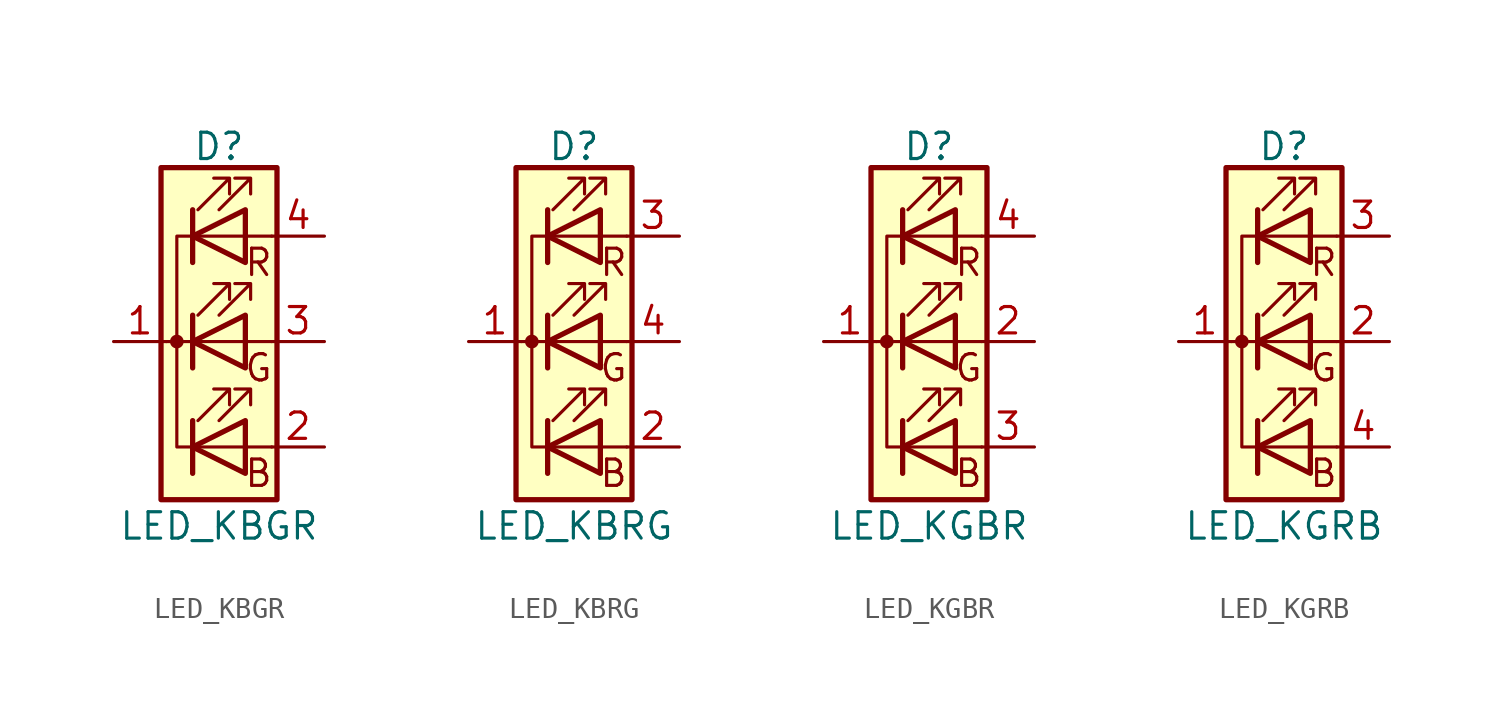
<source format=kicad_sym>
(kicad_symbol_lib
  (version 20241209)
  (generator "kicad_symbol_editor")
  (generator_version "9.0")
  (symbol "LED_KBGR"
    (pin_names
      (offset 0)
      (hide yes))
    (property "Reference" "D"
      (at 0 9.398 0)
      (effects (font (size 1.27 1.27))))
    (property "Value" "LED_KBGR"
      (at 0 -8.89 0)
      (effects (font (size 1.27 1.27))))
    (symbol "LED_KBGR_0_0"
      (text "R" (at 1.905 3.81 0) (effects (font (size 1.27 1.27))))
      (text "G" (at 1.905 -1.27 0) (effects (font (size 1.27 1.27))))
      (text "B" (at 1.905 -6.35 0) (effects (font (size 1.27 1.27)))))
    (symbol "LED_KBGR_0_1"
      (circle (center -2.032 0) (radius 0.254) (stroke (width 0) (type default)) (fill (type outline)))
      (polyline (pts (xy -1.27 6.35) (xy -1.27 3.81)) (stroke (width 0.254) (type default)) (fill (type none)))
      (polyline (pts (xy -1.27 6.35) (xy -1.27 3.81) (xy -1.27 3.81)) (stroke (width 0) (type default)) (fill (type none)))
      (polyline (pts (xy -1.27 5.08) (xy 1.27 5.08)) (stroke (width 0) (type default)) (fill (type none)))
      (polyline (pts (xy -1.27 5.08) (xy -2.032 5.08) (xy -2.032 -5.08) (xy -1.016 -5.08)) (stroke (width 0) (type default)) (fill (type none)))
      (polyline (pts (xy -1.27 1.27) (xy -1.27 -1.27)) (stroke (width 0.254) (type default)) (fill (type none)))
      (polyline (pts (xy -1.27 1.27) (xy -1.27 -1.27) (xy -1.27 -1.27)) (stroke (width 0) (type default)) (fill (type none)))
      (polyline (pts (xy -1.27 0) (xy -2.54 0)) (stroke (width 0) (type default)) (fill (type none)))
      (polyline (pts (xy -1.27 -3.81) (xy -1.27 -6.35)) (stroke (width 0.254) (type default)) (fill (type none)))
      (polyline (pts (xy -1.27 -5.08) (xy 1.27 -5.08)) (stroke (width 0) (type default)) (fill (type none)))
      (polyline (pts (xy -1.016 6.35) (xy 0.508 7.874) (xy -0.254 7.874) (xy 0.508 7.874) (xy 0.508 7.112)) (stroke (width 0) (type default)) (fill (type none)))
      (polyline (pts (xy -1.016 1.27) (xy 0.508 2.794) (xy -0.254 2.794) (xy 0.508 2.794) (xy 0.508 2.032)) (stroke (width 0) (type default)) (fill (type none)))
      (polyline (pts (xy -1.016 -3.81) (xy 0.508 -2.286) (xy -0.254 -2.286) (xy 0.508 -2.286) (xy 0.508 -3.048)) (stroke (width 0) (type default)) (fill (type none)))
      (polyline (pts (xy 0 6.35) (xy 1.524 7.874) (xy 0.762 7.874) (xy 1.524 7.874) (xy 1.524 7.112)) (stroke (width 0) (type default)) (fill (type none)))
      (polyline (pts (xy 0 1.27) (xy 1.524 2.794) (xy 0.762 2.794) (xy 1.524 2.794) (xy 1.524 2.032)) (stroke (width 0) (type default)) (fill (type none)))
      (polyline (pts (xy 0 -3.81) (xy 1.524 -2.286) (xy 0.762 -2.286) (xy 1.524 -2.286) (xy 1.524 -3.048)) (stroke (width 0) (type default)) (fill (type none)))
      (polyline (pts (xy 1.27 6.35) (xy 1.27 3.81) (xy -1.27 5.08) (xy 1.27 6.35)) (stroke (width 0.254) (type default)) (fill (type none)))
      (rectangle (start 1.27 6.35) (end 1.27 6.35) (stroke (width 0) (type default)) (fill (type none)))
      (polyline (pts (xy 1.27 5.08) (xy 2.54 5.08)) (stroke (width 0) (type default)) (fill (type none)))
      (rectangle (start 1.27 3.81) (end 1.27 6.35) (stroke (width 0) (type default)) (fill (type none)))
      (polyline (pts (xy 1.27 1.27) (xy 1.27 -1.27) (xy -1.27 0) (xy 1.27 1.27)) (stroke (width 0.254) (type default)) (fill (type none)))
      (rectangle (start 1.27 1.27) (end 1.27 1.27) (stroke (width 0) (type default)) (fill (type none)))
      (polyline (pts (xy 1.27 0) (xy -1.27 0)) (stroke (width 0) (type default)) (fill (type none)))
      (polyline (pts (xy 1.27 0) (xy 2.54 0)) (stroke (width 0) (type default)) (fill (type none)))
      (rectangle (start 1.27 -1.27) (end 1.27 1.27) (stroke (width 0) (type default)) (fill (type none)))
      (polyline (pts (xy 1.27 -3.81) (xy 1.27 -6.35) (xy -1.27 -5.08) (xy 1.27 -3.81)) (stroke (width 0.254) (type default)) (fill (type none)))
      (polyline (pts (xy 1.27 -5.08) (xy 2.54 -5.08)) (stroke (width 0) (type default)) (fill (type none)))
      (rectangle (start 2.794 8.382) (end -2.794 -7.62) (stroke (width 0.254) (type default)) (fill (type background))))
    (symbol "LED_KBGR_1_1"
      (pin passive line (at -5.08 0 0) (length 2.54) (name "K" (effects (font (size 1.27 1.27)))) (number "1" (effects (font (size 1.27 1.27)))))
      (pin passive line (at 5.08 5.08 180) (length 2.54) (name "RA" (effects (font (size 1.27 1.27)))) (number "4" (effects (font (size 1.27 1.27)))))
      (pin passive line (at 5.08 0 180) (length 2.54) (name "GA" (effects (font (size 1.27 1.27)))) (number "3" (effects (font (size 1.27 1.27)))))
      (pin passive line (at 5.08 -5.08 180) (length 2.54) (name "BA" (effects (font (size 1.27 1.27)))) (number "2" (effects (font (size 1.27 1.27)))))))
  (symbol "LED_KBRG"
    (pin_names
      (offset 0)
      (hide yes))
    (property "Reference" "D"
      (at 0 9.398 0)
      (effects (font (size 1.27 1.27))))
    (property "Value" "LED_KBRG"
      (at 0 -8.89 0)
      (effects (font (size 1.27 1.27))))
    (symbol "LED_KBRG_0_0"
      (text "R" (at 1.905 3.81 0) (effects (font (size 1.27 1.27))))
      (text "G" (at 1.905 -1.27 0) (effects (font (size 1.27 1.27))))
      (text "B" (at 1.905 -6.35 0) (effects (font (size 1.27 1.27)))))
    (symbol "LED_KBRG_0_1"
      (circle (center -2.032 0) (radius 0.254) (stroke (width 0) (type default)) (fill (type outline)))
      (polyline (pts (xy -1.27 6.35) (xy -1.27 3.81)) (stroke (width 0.254) (type default)) (fill (type none)))
      (polyline (pts (xy -1.27 6.35) (xy -1.27 3.81) (xy -1.27 3.81)) (stroke (width 0) (type default)) (fill (type none)))
      (polyline (pts (xy -1.27 5.08) (xy 1.27 5.08)) (stroke (width 0) (type default)) (fill (type none)))
      (polyline (pts (xy -1.27 5.08) (xy -2.032 5.08) (xy -2.032 -5.08) (xy -1.016 -5.08)) (stroke (width 0) (type default)) (fill (type none)))
      (polyline (pts (xy -1.27 1.27) (xy -1.27 -1.27)) (stroke (width 0.254) (type default)) (fill (type none)))
      (polyline (pts (xy -1.27 1.27) (xy -1.27 -1.27) (xy -1.27 -1.27)) (stroke (width 0) (type default)) (fill (type none)))
      (polyline (pts (xy -1.27 0) (xy -2.54 0)) (stroke (width 0) (type default)) (fill (type none)))
      (polyline (pts (xy -1.27 -3.81) (xy -1.27 -6.35)) (stroke (width 0.254) (type default)) (fill (type none)))
      (polyline (pts (xy -1.27 -5.08) (xy 1.27 -5.08)) (stroke (width 0) (type default)) (fill (type none)))
      (polyline (pts (xy -1.016 6.35) (xy 0.508 7.874) (xy -0.254 7.874) (xy 0.508 7.874) (xy 0.508 7.112)) (stroke (width 0) (type default)) (fill (type none)))
      (polyline (pts (xy -1.016 1.27) (xy 0.508 2.794) (xy -0.254 2.794) (xy 0.508 2.794) (xy 0.508 2.032)) (stroke (width 0) (type default)) (fill (type none)))
      (polyline (pts (xy -1.016 -3.81) (xy 0.508 -2.286) (xy -0.254 -2.286) (xy 0.508 -2.286) (xy 0.508 -3.048)) (stroke (width 0) (type default)) (fill (type none)))
      (polyline (pts (xy 0 6.35) (xy 1.524 7.874) (xy 0.762 7.874) (xy 1.524 7.874) (xy 1.524 7.112)) (stroke (width 0) (type default)) (fill (type none)))
      (polyline (pts (xy 0 1.27) (xy 1.524 2.794) (xy 0.762 2.794) (xy 1.524 2.794) (xy 1.524 2.032)) (stroke (width 0) (type default)) (fill (type none)))
      (polyline (pts (xy 0 -3.81) (xy 1.524 -2.286) (xy 0.762 -2.286) (xy 1.524 -2.286) (xy 1.524 -3.048)) (stroke (width 0) (type default)) (fill (type none)))
      (polyline (pts (xy 1.27 6.35) (xy 1.27 3.81) (xy -1.27 5.08) (xy 1.27 6.35)) (stroke (width 0.254) (type default)) (fill (type none)))
      (rectangle (start 1.27 6.35) (end 1.27 6.35) (stroke (width 0) (type default)) (fill (type none)))
      (polyline (pts (xy 1.27 5.08) (xy 2.54 5.08)) (stroke (width 0) (type default)) (fill (type none)))
      (rectangle (start 1.27 3.81) (end 1.27 6.35) (stroke (width 0) (type default)) (fill (type none)))
      (polyline (pts (xy 1.27 1.27) (xy 1.27 -1.27) (xy -1.27 0) (xy 1.27 1.27)) (stroke (width 0.254) (type default)) (fill (type none)))
      (rectangle (start 1.27 1.27) (end 1.27 1.27) (stroke (width 0) (type default)) (fill (type none)))
      (polyline (pts (xy 1.27 0) (xy -1.27 0)) (stroke (width 0) (type default)) (fill (type none)))
      (polyline (pts (xy 1.27 0) (xy 2.54 0)) (stroke (width 0) (type default)) (fill (type none)))
      (rectangle (start 1.27 -1.27) (end 1.27 1.27) (stroke (width 0) (type default)) (fill (type none)))
      (polyline (pts (xy 1.27 -3.81) (xy 1.27 -6.35) (xy -1.27 -5.08) (xy 1.27 -3.81)) (stroke (width 0.254) (type default)) (fill (type none)))
      (polyline (pts (xy 1.27 -5.08) (xy 2.54 -5.08)) (stroke (width 0) (type default)) (fill (type none)))
      (rectangle (start 2.794 8.382) (end -2.794 -7.62) (stroke (width 0.254) (type default)) (fill (type background))))
    (symbol "LED_KBRG_1_1"
      (pin passive line (at -5.08 0 0) (length 2.54) (name "K" (effects (font (size 1.27 1.27)))) (number "1" (effects (font (size 1.27 1.27)))))
      (pin passive line (at 5.08 5.08 180) (length 2.54) (name "RA" (effects (font (size 1.27 1.27)))) (number "3" (effects (font (size 1.27 1.27)))))
      (pin passive line (at 5.08 0 180) (length 2.54) (name "GA" (effects (font (size 1.27 1.27)))) (number "4" (effects (font (size 1.27 1.27)))))
      (pin passive line (at 5.08 -5.08 180) (length 2.54) (name "BA" (effects (font (size 1.27 1.27)))) (number "2" (effects (font (size 1.27 1.27)))))))
  (symbol "LED_KGBR"
    (pin_names
      (offset 0)
      (hide yes))
    (property "Reference" "D"
      (at 0 9.398 0)
      (effects (font (size 1.27 1.27))))
    (property "Value" "LED_KGBR"
      (at 0 -8.89 0)
      (effects (font (size 1.27 1.27))))
    (symbol "LED_KGBR_0_0"
      (text "R" (at 1.905 3.81 0) (effects (font (size 1.27 1.27))))
      (text "G" (at 1.905 -1.27 0) (effects (font (size 1.27 1.27))))
      (text "B" (at 1.905 -6.35 0) (effects (font (size 1.27 1.27)))))
    (symbol "LED_KGBR_0_1"
      (circle (center -2.032 0) (radius 0.254) (stroke (width 0) (type default)) (fill (type outline)))
      (polyline (pts (xy -1.27 6.35) (xy -1.27 3.81)) (stroke (width 0.254) (type default)) (fill (type none)))
      (polyline (pts (xy -1.27 6.35) (xy -1.27 3.81) (xy -1.27 3.81)) (stroke (width 0) (type default)) (fill (type none)))
      (polyline (pts (xy -1.27 5.08) (xy 1.27 5.08)) (stroke (width 0) (type default)) (fill (type none)))
      (polyline (pts (xy -1.27 5.08) (xy -2.032 5.08) (xy -2.032 -5.08) (xy -1.016 -5.08)) (stroke (width 0) (type default)) (fill (type none)))
      (polyline (pts (xy -1.27 1.27) (xy -1.27 -1.27)) (stroke (width 0.254) (type default)) (fill (type none)))
      (polyline (pts (xy -1.27 1.27) (xy -1.27 -1.27) (xy -1.27 -1.27)) (stroke (width 0) (type default)) (fill (type none)))
      (polyline (pts (xy -1.27 0) (xy -2.54 0)) (stroke (width 0) (type default)) (fill (type none)))
      (polyline (pts (xy -1.27 -3.81) (xy -1.27 -6.35)) (stroke (width 0.254) (type default)) (fill (type none)))
      (polyline (pts (xy -1.27 -5.08) (xy 1.27 -5.08)) (stroke (width 0) (type default)) (fill (type none)))
      (polyline (pts (xy -1.016 6.35) (xy 0.508 7.874) (xy -0.254 7.874) (xy 0.508 7.874) (xy 0.508 7.112)) (stroke (width 0) (type default)) (fill (type none)))
      (polyline (pts (xy -1.016 1.27) (xy 0.508 2.794) (xy -0.254 2.794) (xy 0.508 2.794) (xy 0.508 2.032)) (stroke (width 0) (type default)) (fill (type none)))
      (polyline (pts (xy -1.016 -3.81) (xy 0.508 -2.286) (xy -0.254 -2.286) (xy 0.508 -2.286) (xy 0.508 -3.048)) (stroke (width 0) (type default)) (fill (type none)))
      (polyline (pts (xy 0 6.35) (xy 1.524 7.874) (xy 0.762 7.874) (xy 1.524 7.874) (xy 1.524 7.112)) (stroke (width 0) (type default)) (fill (type none)))
      (polyline (pts (xy 0 1.27) (xy 1.524 2.794) (xy 0.762 2.794) (xy 1.524 2.794) (xy 1.524 2.032)) (stroke (width 0) (type default)) (fill (type none)))
      (polyline (pts (xy 0 -3.81) (xy 1.524 -2.286) (xy 0.762 -2.286) (xy 1.524 -2.286) (xy 1.524 -3.048)) (stroke (width 0) (type default)) (fill (type none)))
      (polyline (pts (xy 1.27 6.35) (xy 1.27 3.81) (xy -1.27 5.08) (xy 1.27 6.35)) (stroke (width 0.254) (type default)) (fill (type none)))
      (rectangle (start 1.27 6.35) (end 1.27 6.35) (stroke (width 0) (type default)) (fill (type none)))
      (polyline (pts (xy 1.27 5.08) (xy 2.54 5.08)) (stroke (width 0) (type default)) (fill (type none)))
      (rectangle (start 1.27 3.81) (end 1.27 6.35) (stroke (width 0) (type default)) (fill (type none)))
      (polyline (pts (xy 1.27 1.27) (xy 1.27 -1.27) (xy -1.27 0) (xy 1.27 1.27)) (stroke (width 0.254) (type default)) (fill (type none)))
      (rectangle (start 1.27 1.27) (end 1.27 1.27) (stroke (width 0) (type default)) (fill (type none)))
      (polyline (pts (xy 1.27 0) (xy -1.27 0)) (stroke (width 0) (type default)) (fill (type none)))
      (polyline (pts (xy 1.27 0) (xy 2.54 0)) (stroke (width 0) (type default)) (fill (type none)))
      (rectangle (start 1.27 -1.27) (end 1.27 1.27) (stroke (width 0) (type default)) (fill (type none)))
      (polyline (pts (xy 1.27 -3.81) (xy 1.27 -6.35) (xy -1.27 -5.08) (xy 1.27 -3.81)) (stroke (width 0.254) (type default)) (fill (type none)))
      (polyline (pts (xy 1.27 -5.08) (xy 2.54 -5.08)) (stroke (width 0) (type default)) (fill (type none)))
      (rectangle (start 2.794 8.382) (end -2.794 -7.62) (stroke (width 0.254) (type default)) (fill (type background))))
    (symbol "LED_KGBR_1_1"
      (pin passive line (at -5.08 0 0) (length 2.54) (name "K" (effects (font (size 1.27 1.27)))) (number "1" (effects (font (size 1.27 1.27)))))
      (pin passive line (at 5.08 5.08 180) (length 2.54) (name "RA" (effects (font (size 1.27 1.27)))) (number "4" (effects (font (size 1.27 1.27)))))
      (pin passive line (at 5.08 0 180) (length 2.54) (name "GA" (effects (font (size 1.27 1.27)))) (number "2" (effects (font (size 1.27 1.27)))))
      (pin passive line (at 5.08 -5.08 180) (length 2.54) (name "BA" (effects (font (size 1.27 1.27)))) (number "3" (effects (font (size 1.27 1.27)))))))
  (symbol "LED_KGRB"
    (pin_names
      (offset 0)
      (hide yes))
    (property "Reference" "D"
      (at 0 9.398 0)
      (effects (font (size 1.27 1.27))))
    (property "Value" "LED_KGRB"
      (at 0 -8.89 0)
      (effects (font (size 1.27 1.27))))
    (symbol "LED_KGRB_0_0"
      (text "R" (at 1.905 3.81 0) (effects (font (size 1.27 1.27))))
      (text "G" (at 1.905 -1.27 0) (effects (font (size 1.27 1.27))))
      (text "B" (at 1.905 -6.35 0) (effects (font (size 1.27 1.27)))))
    (symbol "LED_KGRB_0_1"
      (circle (center -2.032 0) (radius 0.254) (stroke (width 0) (type default)) (fill (type outline)))
      (polyline (pts (xy -1.27 6.35) (xy -1.27 3.81)) (stroke (width 0.254) (type default)) (fill (type none)))
      (polyline (pts (xy -1.27 6.35) (xy -1.27 3.81) (xy -1.27 3.81)) (stroke (width 0) (type default)) (fill (type none)))
      (polyline (pts (xy -1.27 5.08) (xy 1.27 5.08)) (stroke (width 0) (type default)) (fill (type none)))
      (polyline (pts (xy -1.27 5.08) (xy -2.032 5.08) (xy -2.032 -5.08) (xy -1.016 -5.08)) (stroke (width 0) (type default)) (fill (type none)))
      (polyline (pts (xy -1.27 1.27) (xy -1.27 -1.27)) (stroke (width 0.254) (type default)) (fill (type none)))
      (polyline (pts (xy -1.27 1.27) (xy -1.27 -1.27) (xy -1.27 -1.27)) (stroke (width 0) (type default)) (fill (type none)))
      (polyline (pts (xy -1.27 0) (xy -2.54 0)) (stroke (width 0) (type default)) (fill (type none)))
      (polyline (pts (xy -1.27 -3.81) (xy -1.27 -6.35)) (stroke (width 0.254) (type default)) (fill (type none)))
      (polyline (pts (xy -1.27 -5.08) (xy 1.27 -5.08)) (stroke (width 0) (type default)) (fill (type none)))
      (polyline (pts (xy -1.016 6.35) (xy 0.508 7.874) (xy -0.254 7.874) (xy 0.508 7.874) (xy 0.508 7.112)) (stroke (width 0) (type default)) (fill (type none)))
      (polyline (pts (xy -1.016 1.27) (xy 0.508 2.794) (xy -0.254 2.794) (xy 0.508 2.794) (xy 0.508 2.032)) (stroke (width 0) (type default)) (fill (type none)))
      (polyline (pts (xy -1.016 -3.81) (xy 0.508 -2.286) (xy -0.254 -2.286) (xy 0.508 -2.286) (xy 0.508 -3.048)) (stroke (width 0) (type default)) (fill (type none)))
      (polyline (pts (xy 0 6.35) (xy 1.524 7.874) (xy 0.762 7.874) (xy 1.524 7.874) (xy 1.524 7.112)) (stroke (width 0) (type default)) (fill (type none)))
      (polyline (pts (xy 0 1.27) (xy 1.524 2.794) (xy 0.762 2.794) (xy 1.524 2.794) (xy 1.524 2.032)) (stroke (width 0) (type default)) (fill (type none)))
      (polyline (pts (xy 0 -3.81) (xy 1.524 -2.286) (xy 0.762 -2.286) (xy 1.524 -2.286) (xy 1.524 -3.048)) (stroke (width 0) (type default)) (fill (type none)))
      (polyline (pts (xy 1.27 6.35) (xy 1.27 3.81) (xy -1.27 5.08) (xy 1.27 6.35)) (stroke (width 0.254) (type default)) (fill (type none)))
      (rectangle (start 1.27 6.35) (end 1.27 6.35) (stroke (width 0) (type default)) (fill (type none)))
      (polyline (pts (xy 1.27 5.08) (xy 2.54 5.08)) (stroke (width 0) (type default)) (fill (type none)))
      (rectangle (start 1.27 3.81) (end 1.27 6.35) (stroke (width 0) (type default)) (fill (type none)))
      (polyline (pts (xy 1.27 1.27) (xy 1.27 -1.27) (xy -1.27 0) (xy 1.27 1.27)) (stroke (width 0.254) (type default)) (fill (type none)))
      (rectangle (start 1.27 1.27) (end 1.27 1.27) (stroke (width 0) (type default)) (fill (type none)))
      (polyline (pts (xy 1.27 0) (xy -1.27 0)) (stroke (width 0) (type default)) (fill (type none)))
      (polyline (pts (xy 1.27 0) (xy 2.54 0)) (stroke (width 0) (type default)) (fill (type none)))
      (rectangle (start 1.27 -1.27) (end 1.27 1.27) (stroke (width 0) (type default)) (fill (type none)))
      (polyline (pts (xy 1.27 -3.81) (xy 1.27 -6.35) (xy -1.27 -5.08) (xy 1.27 -3.81)) (stroke (width 0.254) (type default)) (fill (type none)))
      (polyline (pts (xy 1.27 -5.08) (xy 2.54 -5.08)) (stroke (width 0) (type default)) (fill (type none)))
      (rectangle (start 2.794 8.382) (end -2.794 -7.62) (stroke (width 0.254) (type default)) (fill (type background))))
    (symbol "LED_KGRB_1_1"
      (pin passive line (at -5.08 0 0) (length 2.54) (name "K" (effects (font (size 1.27 1.27)))) (number "1" (effects (font (size 1.27 1.27)))))
      (pin passive line (at 5.08 5.08 180) (length 2.54) (name "RA" (effects (font (size 1.27 1.27)))) (number "3" (effects (font (size 1.27 1.27)))))
      (pin passive line (at 5.08 0 180) (length 2.54) (name "GA" (effects (font (size 1.27 1.27)))) (number "2" (effects (font (size 1.27 1.27)))))
      (pin passive line (at 5.08 -5.08 180) (length 2.54) (name "BA" (effects (font (size 1.27 1.27)))) (number "4" (effects (font (size 1.27 1.27))))))))
</source>
